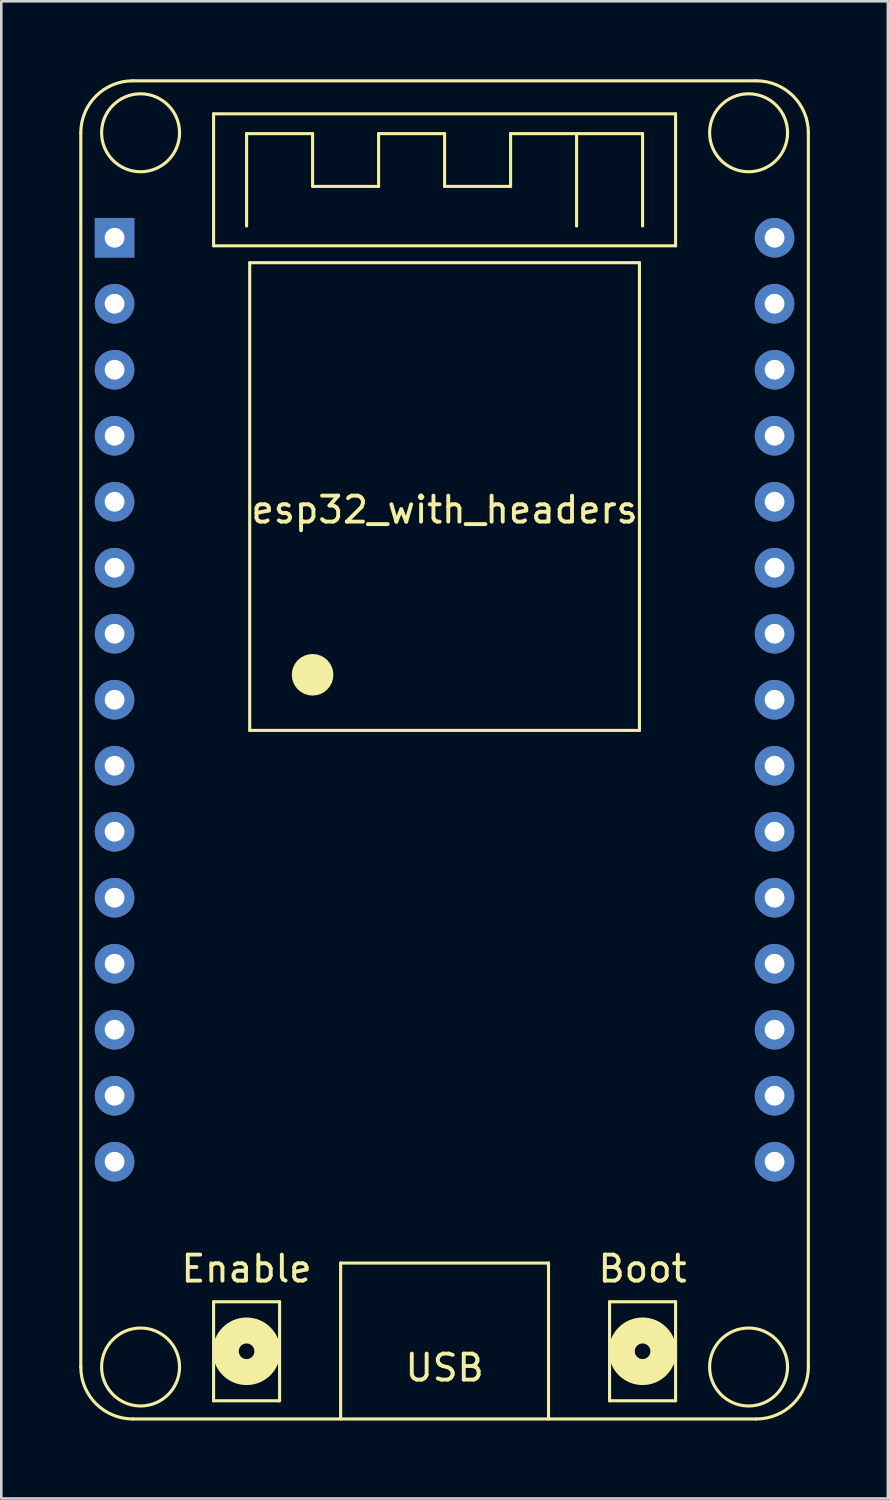
<source format=kicad_pcb>
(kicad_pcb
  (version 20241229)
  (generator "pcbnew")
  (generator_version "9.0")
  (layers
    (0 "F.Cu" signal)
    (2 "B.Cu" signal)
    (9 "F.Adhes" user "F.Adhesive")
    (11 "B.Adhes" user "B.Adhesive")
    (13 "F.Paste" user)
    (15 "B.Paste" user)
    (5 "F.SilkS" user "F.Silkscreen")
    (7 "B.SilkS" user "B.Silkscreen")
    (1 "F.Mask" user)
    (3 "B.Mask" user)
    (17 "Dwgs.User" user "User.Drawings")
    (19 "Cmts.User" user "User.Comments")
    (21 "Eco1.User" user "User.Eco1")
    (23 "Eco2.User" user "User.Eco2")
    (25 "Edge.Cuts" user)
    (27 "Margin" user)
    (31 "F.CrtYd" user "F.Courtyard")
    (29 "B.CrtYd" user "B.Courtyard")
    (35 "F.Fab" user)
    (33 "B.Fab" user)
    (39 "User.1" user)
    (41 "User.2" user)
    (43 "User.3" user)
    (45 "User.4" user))
  (footprint "esp32_with_headers"
    (layer "F.Cu")
    (at 14.06 6.1)
    (property "Reference" "esp32_with_headers" (at 0 10.47 0) (layer "F.SilkS") (effects (font (size 1 1) (thickness 0.15))))
    (attr smd)
    (fp_line (start -14 -4.04) (end -14 43.46) (stroke (width 0.12) (type solid)) (layer "F.SilkS"))
    (fp_line (start -12 -6.04) (end 12 -6.04) (stroke (width 0.12) (type solid)) (layer "F.SilkS"))
    (fp_line (start -12 45.46) (end 12 45.46) (stroke (width 0.12) (type solid)) (layer "F.SilkS"))
    (fp_line (start -8.89 -4.77) (end 8.89 -4.77) (stroke (width 0.12) (type solid)) (layer "F.SilkS"))
    (fp_line (start -8.89 0.31) (end -8.89 -4.77) (stroke (width 0.12) (type solid)) (layer "F.SilkS"))
    (fp_line (start -8.89 40.95) (end -6.35 40.95) (stroke (width 0.12) (type solid)) (layer "F.SilkS"))
    (fp_line (start -8.89 44.76) (end -8.89 40.95) (stroke (width 0.12) (type solid)) (layer "F.SilkS"))
    (fp_line (start -7.62 -4.008) (end -5.08 -4.008) (stroke (width 0.12) (type solid)) (layer "F.SilkS"))
    (fp_line (start -7.62 -0.452) (end -7.62 -4.008) (stroke (width 0.12) (type solid)) (layer "F.SilkS"))
    (fp_line (start -7.5 0.96) (end 7.5 0.96) (stroke (width 0.12) (type solid)) (layer "F.SilkS"))
    (fp_line (start -7.5 18.96) (end -7.5 0.96) (stroke (width 0.12) (type solid)) (layer "F.SilkS"))
    (fp_line (start -6.35 40.95) (end -6.35 44.76) (stroke (width 0.12) (type solid)) (layer "F.SilkS"))
    (fp_line (start -6.35 44.76) (end -8.89 44.76) (stroke (width 0.12) (type solid)) (layer "F.SilkS"))
    (fp_line (start -5.08 -4.008) (end -5.08 -1.976) (stroke (width 0.12) (type solid)) (layer "F.SilkS"))
    (fp_line (start -5.08 -1.976) (end -2.54 -1.976) (stroke (width 0.12) (type solid)) (layer "F.SilkS"))
    (fp_line (start -4 39.46) (end -4 45.46) (stroke (width 0.12) (type solid)) (layer "F.SilkS"))
    (fp_line (start -4 39.46) (end 4 39.46) (stroke (width 0.12) (type solid)) (layer "F.SilkS"))
    (fp_line (start -2.54 -4.008) (end 0 -4.008) (stroke (width 0.12) (type solid)) (layer "F.SilkS"))
    (fp_line (start -2.54 -1.976) (end -2.54 -4.008) (stroke (width 0.12) (type solid)) (layer "F.SilkS"))
    (fp_line (start 0 -4.008) (end 0 -1.976) (stroke (width 0.12) (type solid)) (layer "F.SilkS"))
    (fp_line (start 0 -1.976) (end 2.54 -1.976) (stroke (width 0.12) (type solid)) (layer "F.SilkS"))
    (fp_line (start 2.54 -4.008) (end 7.62 -4.008) (stroke (width 0.12) (type solid)) (layer "F.SilkS"))
    (fp_line (start 2.54 -1.976) (end 2.54 -4.008) (stroke (width 0.12) (type solid)) (layer "F.SilkS"))
    (fp_line (start 4 39.46) (end 4 45.46) (stroke (width 0.12) (type solid)) (layer "F.SilkS"))
    (fp_line (start 5.08 -4.008) (end 5.08 -0.452) (stroke (width 0.12) (type solid)) (layer "F.SilkS"))
    (fp_line (start 6.35 40.95) (end 8.89 40.95) (stroke (width 0.12) (type solid)) (layer "F.SilkS"))
    (fp_line (start 6.35 44.76) (end 6.35 40.95) (stroke (width 0.12) (type solid)) (layer "F.SilkS"))
    (fp_line (start 7.5 0.96) (end 7.5 18.96) (stroke (width 0.12) (type solid)) (layer "F.SilkS"))
    (fp_line (start 7.5 18.96) (end -7.5 18.96) (stroke (width 0.12) (type solid)) (layer "F.SilkS"))
    (fp_line (start 7.62 -4.008) (end 7.62 -0.452) (stroke (width 0.12) (type solid)) (layer "F.SilkS"))
    (fp_line (start 8.89 -4.77) (end 8.89 0.31) (stroke (width 0.12) (type solid)) (layer "F.SilkS"))
    (fp_line (start 8.89 0.31) (end -8.89 0.31) (stroke (width 0.12) (type solid)) (layer "F.SilkS"))
    (fp_line (start 8.89 40.95) (end 8.89 44.76) (stroke (width 0.12) (type solid)) (layer "F.SilkS"))
    (fp_line (start 8.89 44.76) (end 6.35 44.76) (stroke (width 0.12) (type solid)) (layer "F.SilkS"))
    (fp_line (start 14 43.46) (end 14 -4.04) (stroke (width 0.12) (type solid)) (layer "F.SilkS"))
    (fp_arc (start -14 -4.04) (mid -13.414214 -5.454214) (end -12 -6.04) (stroke (width 0.12) (type solid)) (layer "F.SilkS"))
    (fp_arc (start -12 45.46) (mid -13.414214 44.874214) (end -14 43.46) (stroke (width 0.12) (type solid)) (layer "F.SilkS"))
    (fp_arc (start 12 -6.04) (mid 13.414214 -5.454214) (end 14 -4.04) (stroke (width 0.12) (type solid)) (layer "F.SilkS"))
    (fp_arc (start 14 43.46) (mid 13.414214 44.874214) (end 12 45.46) (stroke (width 0.12) (type solid)) (layer "F.SilkS"))
    (fp_circle (center -11.7 -4.04) (end -10.2 -4.04) (stroke (width 0.12) (type solid)) (fill no) (layer "F.SilkS"))
    (fp_circle (center -11.7 43.46) (end -10.2 43.46) (stroke (width 0.12) (type solid)) (fill no) (layer "F.SilkS"))
    (fp_circle (center -7.62 42.855) (end -7.32 42.855) (stroke (width 1) (type solid)) (fill no) (layer "F.SilkS"))
    (fp_circle (center -5.08 16.82) (end -4.68 16.82) (stroke (width 0.8) (type solid)) (fill no) (layer "F.SilkS"))
    (fp_circle (center 7.62 42.855) (end 7.92 42.855) (stroke (width 1) (type solid)) (fill no) (layer "F.SilkS"))
    (fp_circle (center 11.7 -4.04) (end 13.2 -4.04) (stroke (width 0.12) (type solid)) (fill no) (layer "F.SilkS"))
    (fp_circle (center 11.7 43.46) (end 13.2 43.46) (stroke (width 0.12) (type solid)) (fill no) (layer "F.SilkS"))
    (fp_text user "Boot" (at 7.62 39.68 0) (layer "F.SilkS") (effects (font (size 1 1) (thickness 0.15))))
    (fp_text user "Enable" (at -7.62 39.68 0) (layer "F.SilkS") (effects (font (size 1 1) (thickness 0.15))))
    (fp_text user "USB" (at 0 43.49 0) (layer "F.SilkS") (effects (font (size 1 1) (thickness 0.15))))
    (pad "1" thru_hole rect (at -12.7 0) (size 1.524 1.524) (drill 0.762) (layers "*.Cu" "*.Mask"))
    (pad "2" thru_hole circle (at -12.7 2.54) (size 1.524 1.524) (drill 0.762) (layers "*.Cu" "*.Mask"))
    (pad "3" thru_hole circle (at -12.7 5.08) (size 1.524 1.524) (drill 0.762) (layers "*.Cu" "*.Mask"))
    (pad "4" thru_hole circle (at -12.7 7.62) (size 1.524 1.524) (drill 0.762) (layers "*.Cu" "*.Mask"))
    (pad "5" thru_hole circle (at -12.7 10.16) (size 1.524 1.524) (drill 0.762) (layers "*.Cu" "*.Mask"))
    (pad "6" thru_hole circle (at -12.7 12.7) (size 1.524 1.524) (drill 0.762) (layers "*.Cu" "*.Mask"))
    (pad "7" thru_hole circle (at -12.7 15.24) (size 1.524 1.524) (drill 0.762) (layers "*.Cu" "*.Mask"))
    (pad "8" thru_hole circle (at -12.7 17.78) (size 1.524 1.524) (drill 0.762) (layers "*.Cu" "*.Mask"))
    (pad "9" thru_hole circle (at -12.7 20.32) (size 1.524 1.524) (drill 0.762) (layers "*.Cu" "*.Mask"))
    (pad "10" thru_hole circle (at -12.7 22.86) (size 1.524 1.524) (drill 0.762) (layers "*.Cu" "*.Mask"))
    (pad "11" thru_hole circle (at -12.7 25.4) (size 1.524 1.524) (drill 0.762) (layers "*.Cu" "*.Mask"))
    (pad "12" thru_hole circle (at -12.7 27.94) (size 1.524 1.524) (drill 0.762) (layers "*.Cu" "*.Mask"))
    (pad "13" thru_hole circle (at -12.7 30.48) (size 1.524 1.524) (drill 0.762) (layers "*.Cu" "*.Mask"))
    (pad "14" thru_hole circle (at -12.7 33.02) (size 1.524 1.524) (drill 0.762) (layers "*.Cu" "*.Mask"))
    (pad "15" thru_hole circle (at -12.7 35.56) (size 1.524 1.524) (drill 0.762) (layers "*.Cu" "*.Mask"))
    (pad "16" thru_hole circle (at 12.7 35.56) (size 1.524 1.524) (drill 0.762) (layers "*.Cu" "*.Mask"))
    (pad "17" thru_hole circle (at 12.7 33.02) (size 1.524 1.524) (drill 0.762) (layers "*.Cu" "*.Mask"))
    (pad "18" thru_hole circle (at 12.7 30.48) (size 1.524 1.524) (drill 0.762) (layers "*.Cu" "*.Mask"))
    (pad "19" thru_hole circle (at 12.7 27.94) (size 1.524 1.524) (drill 0.762) (layers "*.Cu" "*.Mask"))
    (pad "20" thru_hole circle (at 12.7 25.4) (size 1.524 1.524) (drill 0.762) (layers "*.Cu" "*.Mask"))
    (pad "21" thru_hole circle (at 12.7 22.86) (size 1.524 1.524) (drill 0.762) (layers "*.Cu" "*.Mask"))
    (pad "22" thru_hole circle (at 12.7 20.32) (size 1.524 1.524) (drill 0.762) (layers "*.Cu" "*.Mask"))
    (pad "23" thru_hole circle (at 12.7 17.78) (size 1.524 1.524) (drill 0.762) (layers "*.Cu" "*.Mask"))
    (pad "24" thru_hole circle (at 12.7 15.24) (size 1.524 1.524) (drill 0.762) (layers "*.Cu" "*.Mask"))
    (pad "25" thru_hole circle (at 12.7 12.7) (size 1.524 1.524) (drill 0.762) (layers "*.Cu" "*.Mask"))
    (pad "26" thru_hole circle (at 12.7 10.16) (size 1.524 1.524) (drill 0.762) (layers "*.Cu" "*.Mask"))
    (pad "27" thru_hole circle (at 12.7 7.62) (size 1.524 1.524) (drill 0.762) (layers "*.Cu" "*.Mask"))
    (pad "28" thru_hole circle (at 12.7 5.08) (size 1.524 1.524) (drill 0.762) (layers "*.Cu" "*.Mask"))
    (pad "29" thru_hole circle (at 12.7 2.54) (size 1.524 1.524) (drill 0.762) (layers "*.Cu" "*.Mask"))
    (pad "30" thru_hole circle (at 12.7 0) (size 1.524 1.524) (drill 0.762) (layers "*.Cu" "*.Mask")))
  (gr_rect
    (start -3 -3)
    (end 31.12 54.62)
    (stroke (width 0.1) (type default))
    (fill no)
    (layer "Edge.Cuts")))
</source>
